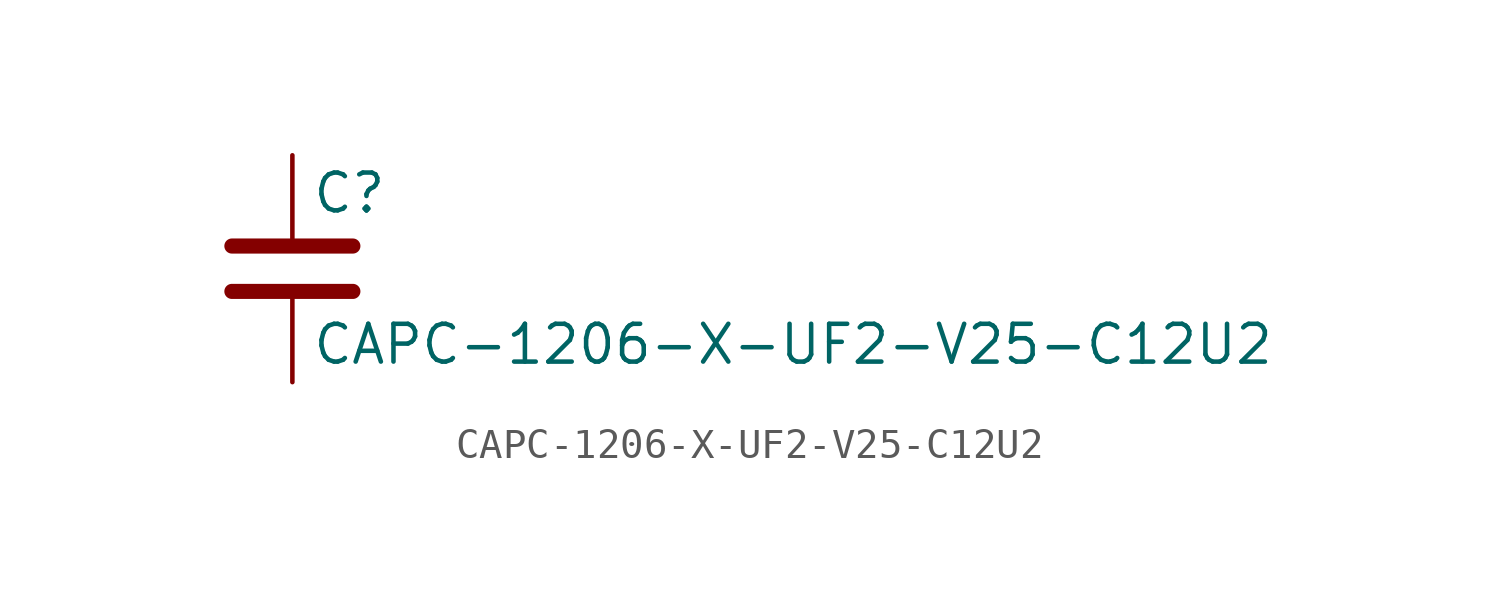
<source format=kicad_sym>
(kicad_symbol_lib
  (version 20211014)
  (generator kicad_symbol_editor)
  (symbol "CAPC-1206-X-UF2-V25-C12U2"
    (pin_numbers hide)
    (pin_names
      (offset 0.254))
    (property "Reference" "C"
      (at 0.635 2.54 0)
      (effects (font (size 1.27 1.27)) (justify left)))
    (property "Value" "CAPC-1206-X-UF2-V25-C12U2"
      (at 0.635 -2.54 0)
      (effects (font (size 1.27 1.27)) (justify left)))
    (symbol "CAPC-1206-X-UF2-V25-C12U2_0_1"
      (polyline (pts (xy -2.032 -0.762) (xy 2.032 -0.762)) (stroke (width 0.508) (type default) (color 0 0 0 0)) (fill (type none)))
      (polyline (pts (xy -2.032 0.762) (xy 2.032 0.762)) (stroke (width 0.508) (type default) (color 0 0 0 0)) (fill (type none))))
    (symbol "CAPC-1206-X-UF2-V25-C12U2_1_1"
      (pin passive line (at 0 3.81 270) (length 2.794) (name "~" (effects (font (size 1.27 1.27)))) (number "1" (effects (font (size 1.27 1.27)))))
      (pin passive line (at 0 -3.81 90) (length 2.794) (name "~" (effects (font (size 1.27 1.27)))) (number "2" (effects (font (size 1.27 1.27))))))))
</source>
